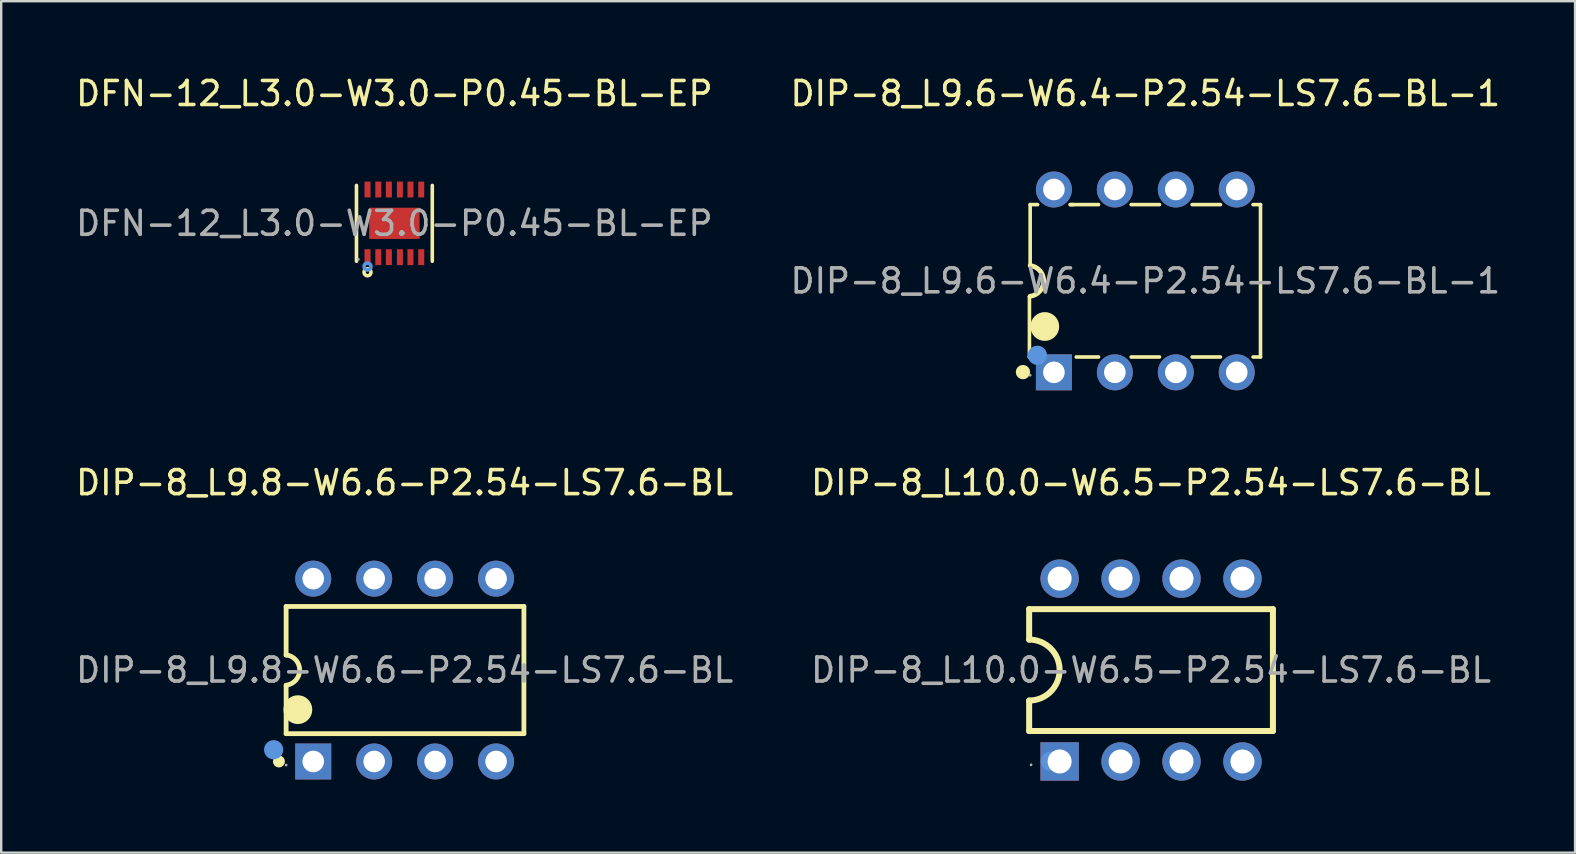
<source format=kicad_pcb>
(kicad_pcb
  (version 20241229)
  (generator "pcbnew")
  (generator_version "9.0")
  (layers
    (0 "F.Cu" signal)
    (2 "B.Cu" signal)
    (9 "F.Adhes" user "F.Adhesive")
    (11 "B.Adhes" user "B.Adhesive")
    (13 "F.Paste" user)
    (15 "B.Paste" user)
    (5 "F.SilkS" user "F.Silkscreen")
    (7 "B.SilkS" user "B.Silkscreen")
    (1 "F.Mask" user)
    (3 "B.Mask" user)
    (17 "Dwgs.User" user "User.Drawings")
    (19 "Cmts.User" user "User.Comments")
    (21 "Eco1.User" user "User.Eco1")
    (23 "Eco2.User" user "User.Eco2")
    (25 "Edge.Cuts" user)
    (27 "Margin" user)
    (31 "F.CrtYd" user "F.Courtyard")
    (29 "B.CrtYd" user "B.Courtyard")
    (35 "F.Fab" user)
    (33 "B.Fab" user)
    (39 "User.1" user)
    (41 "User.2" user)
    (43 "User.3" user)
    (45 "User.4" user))
  (footprint "DFN-12_L3.0-W3.0-P0.45-BL-EP"
    (layer "F.Cu")
    (at 13.387 6.258)
    (property "Reference" "DFN-12_L3.0-W3.0-P0.45-BL-EP" (at 0 -5.41 0) (layer "F.SilkS") (effects (font (size 1 1) (thickness 0.15))))
    (attr through_hole)
    (fp_line (start -1.58 1.58) (end -1.58 -1.58) (stroke (width 0.15) (type solid)) (layer "F.SilkS"))
    (fp_line (start 1.58 1.58) (end 1.58 -1.58) (stroke (width 0.15) (type solid)) (layer "F.SilkS"))
    (fp_circle (center -1.12 2.04) (end -1.05 2.04) (stroke (width 0.15) (type solid)) (fill no) (layer "F.SilkS"))
    (fp_circle (center -1.12 1.8) (end -1.05 1.8) (stroke (width 0.15) (type solid)) (fill no) (layer "Cmts.User"))
    (fp_circle (center -1.5 1.5) (end -1.47 1.5) (stroke (width 0.06) (type solid)) (fill no) (layer "F.Fab"))
    (fp_text user "${REFERENCE}" (at 0 0 0) (layer "F.Fab") (effects (font (size 1 1) (thickness 0.15))))
    (pad "1" smd rect (at -1.12 1.41) (size 0.25 0.66) (layers "F.Cu" "F.Mask" "F.Paste"))
    (pad "2" smd rect (at -0.67 1.41) (size 0.25 0.66) (layers "F.Cu" "F.Mask" "F.Paste"))
    (pad "3" smd rect (at -0.23 1.41) (size 0.25 0.66) (layers "F.Cu" "F.Mask" "F.Paste"))
    (pad "4" smd rect (at 0.23 1.41) (size 0.25 0.66) (layers "F.Cu" "F.Mask" "F.Paste"))
    (pad "5" smd rect (at 0.67 1.41) (size 0.25 0.66) (layers "F.Cu" "F.Mask" "F.Paste"))
    (pad "6" smd rect (at 1.12 1.41) (size 0.25 0.66) (layers "F.Cu" "F.Mask" "F.Paste"))
    (pad "7" smd rect (at 1.12 -1.41) (size 0.25 0.66) (layers "F.Cu" "F.Mask" "F.Paste"))
    (pad "8" smd rect (at 0.67 -1.41) (size 0.25 0.66) (layers "F.Cu" "F.Mask" "F.Paste"))
    (pad "9" smd rect (at 0.23 -1.41) (size 0.25 0.66) (layers "F.Cu" "F.Mask" "F.Paste"))
    (pad "10" smd rect (at -0.23 -1.41) (size 0.25 0.66) (layers "F.Cu" "F.Mask" "F.Paste"))
    (pad "11" smd rect (at -0.67 -1.41) (size 0.25 0.66) (layers "F.Cu" "F.Mask" "F.Paste"))
    (pad "12" smd rect (at -1.12 -1.41) (size 0.25 0.66) (layers "F.Cu" "F.Mask" "F.Paste"))
    (pad "13" smd rect (at 0 0) (size 2.1 1.3) (layers "F.Cu" "F.Mask" "F.Paste")))
  (footprint "DIP-8_L9.8-W6.6-P2.54-LS7.6-BL"
    (layer "F.Cu")
    (at 13.815 24.877)
    (property "Reference" "DIP-8_L9.8-W6.6-P2.54-LS7.6-BL" (at 0 -7.81 0) (layer "F.SilkS") (effects (font (size 1 1) (thickness 0.15))))
    (attr through_hole)
    (fp_line (start -4.94 -2.65) (end 4.97 -2.65) (stroke (width 0.2) (type solid)) (layer "F.SilkS"))
    (fp_line (start -4.94 -0.63) (end -4.94 -2.65) (stroke (width 0.2) (type solid)) (layer "F.SilkS"))
    (fp_line (start -4.94 0.64) (end -4.93 0.64) (stroke (width 0.2) (type solid)) (layer "F.SilkS"))
    (fp_line (start -4.94 2.65) (end -4.94 0.64) (stroke (width 0.2) (type solid)) (layer "F.SilkS"))
    (fp_line (start -4.93 -0.64) (end -4.94 -0.63) (stroke (width 0.2) (type solid)) (layer "F.SilkS"))
    (fp_line (start 4.97 -2.65) (end 4.97 2.65) (stroke (width 0.2) (type solid)) (layer "F.SilkS"))
    (fp_line (start 4.97 2.65) (end -4.94 2.65) (stroke (width 0.2) (type solid)) (layer "F.SilkS"))
    (fp_arc (start -5.24 3.81) (mid -5.24 3.81) (end -5.24 3.81) (stroke (width 0.25) (type solid)) (layer "F.SilkS"))
    (fp_arc (start -4.93 -0.63) (mid -4.374941 0.000797) (end -4.931582 0.630199) (stroke (width 0.2) (type solid)) (layer "F.SilkS"))
    (fp_arc (start -4.45 1.65) (mid -4.45 1.65) (end -4.45 1.65) (stroke (width 0.6) (type solid)) (layer "F.SilkS"))
    (fp_circle (center -5.46 3.32) (end -5.26 3.32) (stroke (width 0.4) (type solid)) (fill no) (layer "Cmts.User"))
    (fp_circle (center -4.94 3.96) (end -4.91 3.96) (stroke (width 0.06) (type solid)) (fill no) (layer "F.Fab"))
    (fp_text user "${REFERENCE}" (at 0 0 0) (layer "F.Fab") (effects (font (size 1 1) (thickness 0.15))))
    (pad "1" thru_hole rect (at -3.81 3.81) (size 1.5 1.5) (drill 0.9) (layers "*.Cu" "*.Paste" "*.Mask"))
    (pad "2" thru_hole circle (at -1.27 3.81 90) (size 1.5 1.5) (drill 0.9) (layers "*.Cu" "*.Paste" "*.Mask"))
    (pad "3" thru_hole circle (at 1.27 3.81 90) (size 1.5 1.5) (drill 0.9) (layers "*.Cu" "*.Paste" "*.Mask"))
    (pad "4" thru_hole circle (at 3.81 3.81 90) (size 1.5 1.5) (drill 0.9) (layers "*.Cu" "*.Paste" "*.Mask"))
    (pad "5" thru_hole circle (at 3.81 -3.81 90) (size 1.5 1.5) (drill 0.9) (layers "*.Cu" "*.Paste" "*.Mask"))
    (pad "6" thru_hole circle (at 1.27 -3.81 90) (size 1.5 1.5) (drill 0.9) (layers "*.Cu" "*.Paste" "*.Mask"))
    (pad "7" thru_hole circle (at -1.27 -3.81 90) (size 1.5 1.5) (drill 0.9) (layers "*.Cu" "*.Paste" "*.Mask"))
    (pad "8" thru_hole circle (at -3.81 -3.81 90) (size 1.5 1.5) (drill 0.9) (layers "*.Cu" "*.Paste" "*.Mask")))
  (footprint "DIP-8_L9.6-W6.4-P2.54-LS7.6-BL-1"
    (layer "F.Cu")
    (at 44.685 8.658)
    (property "Reference" "DIP-8_L9.6-W6.4-P2.54-LS7.6-BL-1" (at 0 -7.81 0) (layer "F.SilkS") (effects (font (size 1 1) (thickness 0.15))))
    (attr through_hole)
    (fp_line (start -4.83 0.66) (end -4.8 0.63) (stroke (width 0.15) (type solid)) (layer "F.SilkS"))
    (fp_line (start -4.83 3.17) (end -4.83 0.66) (stroke (width 0.15) (type solid)) (layer "F.SilkS"))
    (fp_line (start -4.8 -3.18) (end -4.49 -3.18) (stroke (width 0.15) (type solid)) (layer "F.SilkS"))
    (fp_line (start -4.8 -0.64) (end -4.8 -3.18) (stroke (width 0.15) (type solid)) (layer "F.SilkS"))
    (fp_line (start -4.74 3.17) (end -4.83 3.17) (stroke (width 0.15) (type solid)) (layer "F.SilkS"))
    (fp_line (start -3.13 -3.18) (end -3 -3.18) (stroke (width 0.15) (type solid)) (layer "F.SilkS"))
    (fp_line (start -3.13 -3.18) (end -1.95 -3.18) (stroke (width 0.15) (type solid)) (layer "F.SilkS"))
    (fp_line (start -1.95 3.17) (end -2.88 3.17) (stroke (width 0.15) (type solid)) (layer "F.SilkS"))
    (fp_line (start -0.59 -3.18) (end 0.59 -3.18) (stroke (width 0.15) (type solid)) (layer "F.SilkS"))
    (fp_line (start 0.59 3.17) (end -0.59 3.17) (stroke (width 0.15) (type solid)) (layer "F.SilkS"))
    (fp_line (start 1.95 -3.18) (end 3.13 -3.18) (stroke (width 0.15) (type solid)) (layer "F.SilkS"))
    (fp_line (start 3.13 3.17) (end 1.95 3.17) (stroke (width 0.15) (type solid)) (layer "F.SilkS"))
    (fp_line (start 4.49 -3.18) (end 4.8 -3.18) (stroke (width 0.15) (type solid)) (layer "F.SilkS"))
    (fp_line (start 4.8 -3.18) (end 4.8 3.17) (stroke (width 0.15) (type solid)) (layer "F.SilkS"))
    (fp_line (start 4.8 3.17) (end 4.49 3.17) (stroke (width 0.15) (type solid)) (layer "F.SilkS"))
    (fp_arc (start -4.8 -0.64) (mid -4.23502 -0.00045) (end -4.799107 0.639888) (stroke (width 0.2) (type solid)) (layer "F.SilkS"))
    (fp_arc (start -4.19 1.9) (mid -4.19 1.9) (end -4.19 1.9) (stroke (width 0.6) (type solid)) (layer "F.SilkS"))
    (fp_circle (center -5.1 3.8) (end -4.95 3.8) (stroke (width 0.3) (type solid)) (fill no) (layer "F.SilkS"))
    (fp_circle (center -4.5 3.1) (end -4.3 3.1) (stroke (width 0.4) (type solid)) (fill no) (layer "Cmts.User"))
    (fp_circle (center -4.8 3.93) (end -4.77 3.93) (stroke (width 0.06) (type solid)) (fill no) (layer "F.Fab"))
    (fp_text user "${REFERENCE}" (at 0 0 0) (layer "F.Fab") (effects (font (size 1 1) (thickness 0.15))))
    (pad "1" thru_hole rect (at -3.81 3.81) (size 1.5 1.5) (drill 0.9) (layers "*.Cu" "*.Paste" "*.Mask"))
    (pad "2" thru_hole circle (at -1.27 3.81) (size 1.5 1.5) (drill 0.9) (layers "*.Cu" "*.Paste" "*.Mask"))
    (pad "3" thru_hole circle (at 1.27 3.81) (size 1.5 1.5) (drill 0.9) (layers "*.Cu" "*.Paste" "*.Mask"))
    (pad "4" thru_hole circle (at 3.81 3.81) (size 1.5 1.5) (drill 0.9) (layers "*.Cu" "*.Paste" "*.Mask"))
    (pad "5" thru_hole circle (at 3.81 -3.81) (size 1.5 1.5) (drill 0.9) (layers "*.Cu" "*.Paste" "*.Mask"))
    (pad "6" thru_hole circle (at 1.27 -3.81) (size 1.5 1.5) (drill 0.9) (layers "*.Cu" "*.Paste" "*.Mask"))
    (pad "7" thru_hole circle (at -1.27 -3.81) (size 1.5 1.5) (drill 0.9) (layers "*.Cu" "*.Paste" "*.Mask"))
    (pad "8" thru_hole circle (at -3.81 -3.81) (size 1.5 1.5) (drill 0.9) (layers "*.Cu" "*.Paste" "*.Mask")))
  (footprint "DIP-8_L10.0-W6.5-P2.54-LS7.6-BL"
    (layer "F.Cu")
    (at 44.923 24.877)
    (property "Reference" "DIP-8_L10.0-W6.5-P2.54-LS7.6-BL" (at 0 -7.81 0) (layer "F.SilkS") (effects (font (size 1 1) (thickness 0.15))))
    (attr through_hole)
    (fp_line (start -5.08 -1.27) (end -5.08 -2.54) (stroke (width 0.25) (type solid)) (layer "F.SilkS"))
    (fp_line (start -5.08 2.54) (end -5.08 1.27) (stroke (width 0.25) (type solid)) (layer "F.SilkS"))
    (fp_line (start 5.08 -2.54) (end -5.08 -2.54) (stroke (width 0.25) (type solid)) (layer "F.SilkS"))
    (fp_line (start 5.08 2.54) (end -5.08 2.54) (stroke (width 0.25) (type solid)) (layer "F.SilkS"))
    (fp_line (start 5.08 2.54) (end 5.08 -2.54) (stroke (width 0.25) (type solid)) (layer "F.SilkS"))
    (fp_arc (start -5.08 -1.27) (mid -3.81 0) (end -5.08 1.27) (stroke (width 0.25) (type solid)) (layer "F.SilkS"))
    (fp_circle (center -4.2 3.8) (end -4 3.8) (stroke (width 0.4) (type solid)) (fill no) (layer "Cmts.User"))
    (fp_circle (center -5 3.95) (end -4.97 3.95) (stroke (width 0.06) (type solid)) (fill no) (layer "F.Fab"))
    (fp_text user "${REFERENCE}" (at 0 0 0) (layer "F.Fab") (effects (font (size 1 1) (thickness 0.15))))
    (pad "1" thru_hole rect (at -3.81 3.81) (size 1.6 1.6) (drill 1) (layers "*.Cu" "*.Paste" "*.Mask"))
    (pad "2" thru_hole circle (at -1.27 3.81) (size 1.6 1.6) (drill 1) (layers "*.Cu" "*.Paste" "*.Mask"))
    (pad "3" thru_hole circle (at 1.27 3.81) (size 1.6 1.6) (drill 1) (layers "*.Cu" "*.Paste" "*.Mask"))
    (pad "4" thru_hole circle (at 3.81 3.81) (size 1.6 1.6) (drill 1) (layers "*.Cu" "*.Paste" "*.Mask"))
    (pad "5" thru_hole circle (at 3.81 -3.81) (size 1.6 1.6) (drill 1) (layers "*.Cu" "*.Paste" "*.Mask"))
    (pad "6" thru_hole circle (at 1.27 -3.81) (size 1.6 1.6) (drill 1) (layers "*.Cu" "*.Paste" "*.Mask"))
    (pad "7" thru_hole circle (at -1.27 -3.81) (size 1.6 1.6) (drill 1) (layers "*.Cu" "*.Paste" "*.Mask"))
    (pad "8" thru_hole circle (at -3.81 -3.81) (size 1.6 1.6) (drill 1) (layers "*.Cu" "*.Paste" "*.Mask")))
  (gr_rect
    (start -3 -3)
    (end 62.595 32.486)
    (stroke (width 0.1) (type default))
    (fill no)
    (layer "Edge.Cuts")))
</source>
